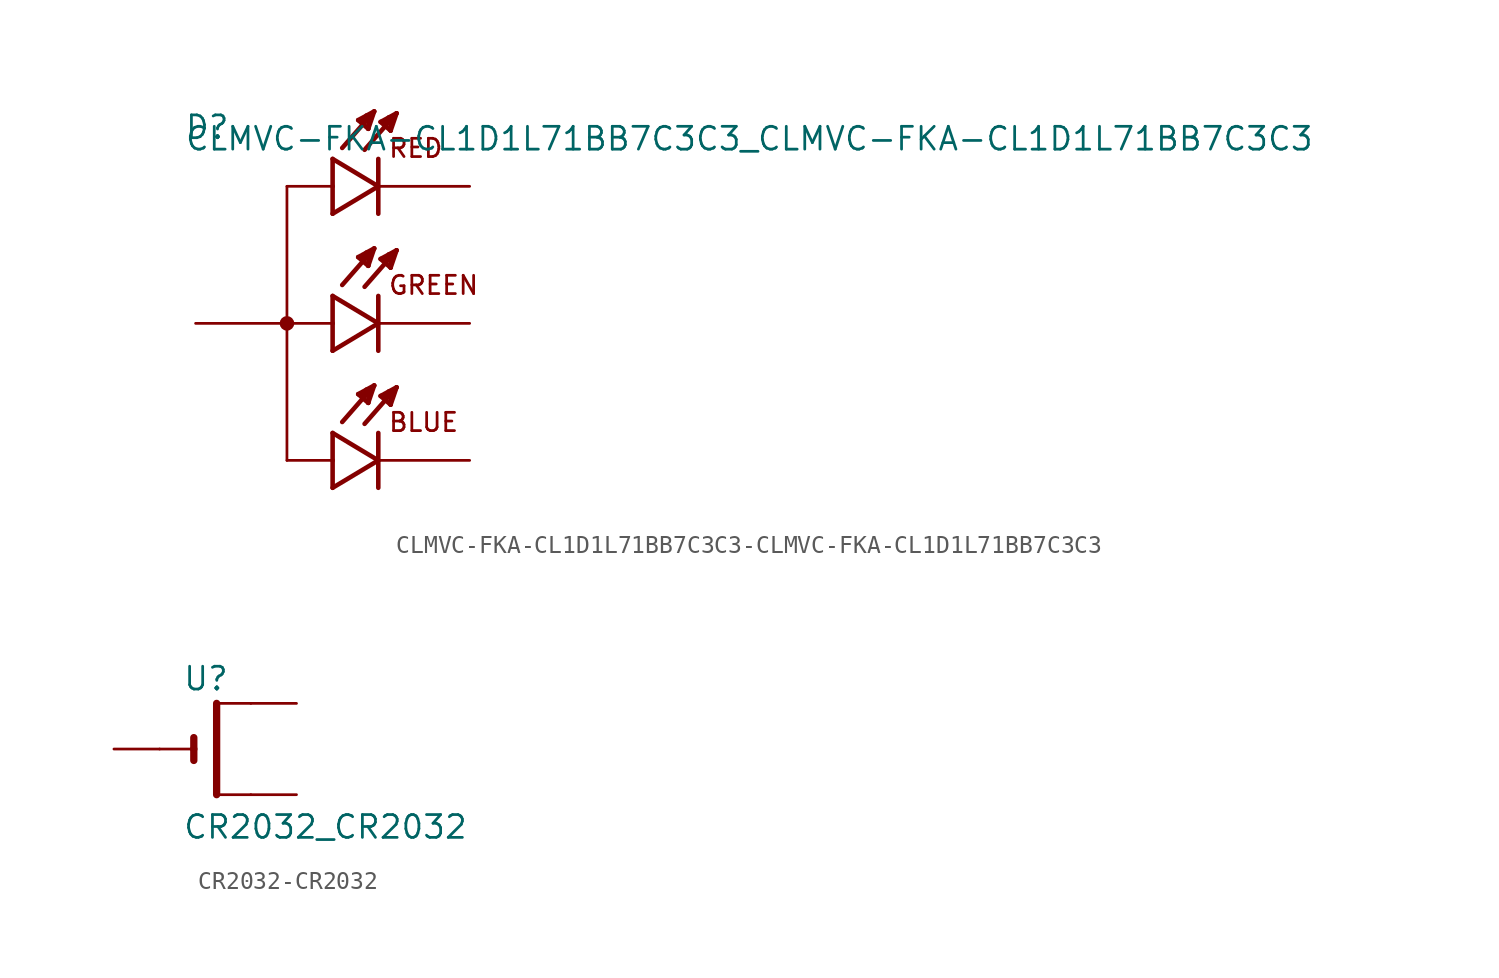
<source format=kicad_sym>
(kicad_symbol_lib
  (version 20220914)
  (generator kicad_symbol_editor)
  (symbol "CLMVC-FKA-CL1D1L71BB7C3C3-CLMVC-FKA-CL1D1L71BB7C3C3"
    (pin_numbers hide)
    (pin_names
      (offset 1.016) hide)
    (property "Reference" "D"
      (at -8.255 10.16 0)
      (effects (font (size 1.27 1.27)) (justify left bottom)))
    (property "Value" "CLMVC-FKA-CL1D1L71BB7C3C3_CLMVC-FKA-CL1D1L71BB7C3C3"
      (at -8.255 9.525 0)
      (effects (font (size 1.27 1.27)) (justify left bottom)))
    (property "ki_locked" ""
      (at 0 0 0)
      (effects (font (size 1.27 1.27))))
    (symbol "CLMVC-FKA-CL1D1L71BB7C3C3-CLMVC-FKA-CL1D1L71BB7C3C3_0_0"
      (circle (center -2.54 0) (radius 0.203) (stroke (width 0.406) (type solid)) (fill (type none)))
      (polyline (pts (xy -2.54 -7.62) (xy 0 -7.62)) (stroke (width 0.152) (type solid)) (fill (type none)))
      (polyline (pts (xy -2.54 0) (xy -2.54 -7.62)) (stroke (width 0.152) (type solid)) (fill (type none)))
      (polyline (pts (xy -2.54 7.62) (xy -2.54 0)) (stroke (width 0.152) (type solid)) (fill (type none)))
      (polyline (pts (xy 0 -9.144) (xy 2.54 -7.62)) (stroke (width 0.254) (type solid)) (fill (type none)))
      (polyline (pts (xy 0 -7.62) (xy 0 -9.144)) (stroke (width 0.254) (type solid)) (fill (type none)))
      (polyline (pts (xy 0 -6.096) (xy 0 -7.62)) (stroke (width 0.254) (type solid)) (fill (type none)))
      (polyline (pts (xy 0 -1.524) (xy 2.54 0)) (stroke (width 0.254) (type solid)) (fill (type none)))
      (polyline (pts (xy 0 0) (xy -2.54 0)) (stroke (width 0.152) (type solid)) (fill (type none)))
      (polyline (pts (xy 0 0) (xy 0 -1.524)) (stroke (width 0.254) (type solid)) (fill (type none)))
      (polyline (pts (xy 0 1.524) (xy 0 0)) (stroke (width 0.254) (type solid)) (fill (type none)))
      (polyline (pts (xy 0 6.096) (xy 2.54 7.62)) (stroke (width 0.254) (type solid)) (fill (type none)))
      (polyline (pts (xy 0 7.62) (xy -2.54 7.62)) (stroke (width 0.152) (type solid)) (fill (type none)))
      (polyline (pts (xy 0 7.62) (xy 0 6.096)) (stroke (width 0.254) (type solid)) (fill (type none)))
      (polyline (pts (xy 0 9.144) (xy 0 7.62)) (stroke (width 0.254) (type solid)) (fill (type none)))
      (polyline (pts (xy 1.422 -3.937) (xy 2.311 -3.454)) (stroke (width 0.254) (type solid)) (fill (type none)))
      (polyline (pts (xy 1.422 3.683) (xy 2.311 4.166)) (stroke (width 0.254) (type solid)) (fill (type none)))
      (polyline (pts (xy 1.422 11.303) (xy 2.311 11.786)) (stroke (width 0.254) (type solid)) (fill (type none)))
      (polyline (pts (xy 1.6 -4.013) (xy 1.829 -3.861)) (stroke (width 0.254) (type solid)) (fill (type none)))
      (polyline (pts (xy 1.6 3.607) (xy 1.829 3.759)) (stroke (width 0.254) (type solid)) (fill (type none)))
      (polyline (pts (xy 1.6 11.227) (xy 1.829 11.379)) (stroke (width 0.254) (type solid)) (fill (type none)))
      (polyline (pts (xy 1.981 -4.42) (xy 1.422 -3.937)) (stroke (width 0.254) (type solid)) (fill (type none)))
      (polyline (pts (xy 1.981 -4.42) (xy 2.007 -3.683)) (stroke (width 0.254) (type solid)) (fill (type none)))
      (polyline (pts (xy 1.981 3.2) (xy 1.422 3.683)) (stroke (width 0.254) (type solid)) (fill (type none)))
      (polyline (pts (xy 1.981 3.2) (xy 2.007 3.937)) (stroke (width 0.254) (type solid)) (fill (type none)))
      (polyline (pts (xy 1.981 10.82) (xy 1.422 11.303)) (stroke (width 0.254) (type solid)) (fill (type none)))
      (polyline (pts (xy 1.981 10.82) (xy 2.007 11.557)) (stroke (width 0.254) (type solid)) (fill (type none)))
      (polyline (pts (xy 2.007 -3.683) (xy 1.88 -3.683)) (stroke (width 0.254) (type solid)) (fill (type none)))
      (polyline (pts (xy 2.007 3.937) (xy 1.88 3.937)) (stroke (width 0.254) (type solid)) (fill (type none)))
      (polyline (pts (xy 2.007 11.557) (xy 1.88 11.557)) (stroke (width 0.254) (type solid)) (fill (type none)))
      (polyline (pts (xy 2.311 -3.454) (xy 0.533 -5.486)) (stroke (width 0.254) (type solid)) (fill (type none)))
      (polyline (pts (xy 2.311 -3.454) (xy 1.981 -4.42)) (stroke (width 0.254) (type solid)) (fill (type none)))
      (polyline (pts (xy 2.311 4.166) (xy 0.533 2.134)) (stroke (width 0.254) (type solid)) (fill (type none)))
      (polyline (pts (xy 2.311 4.166) (xy 1.981 3.2)) (stroke (width 0.254) (type solid)) (fill (type none)))
      (polyline (pts (xy 2.311 11.786) (xy 0.533 9.754)) (stroke (width 0.254) (type solid)) (fill (type none)))
      (polyline (pts (xy 2.311 11.786) (xy 1.981 10.82)) (stroke (width 0.254) (type solid)) (fill (type none)))
      (polyline (pts (xy 2.54 -7.62) (xy 0 -6.096)) (stroke (width 0.254) (type solid)) (fill (type none)))
      (polyline (pts (xy 2.54 -6.096) (xy 2.54 -9.144)) (stroke (width 0.254) (type solid)) (fill (type none)))
      (polyline (pts (xy 2.54 0) (xy 0 1.524)) (stroke (width 0.254) (type solid)) (fill (type none)))
      (polyline (pts (xy 2.54 1.524) (xy 2.54 -1.524)) (stroke (width 0.254) (type solid)) (fill (type none)))
      (polyline (pts (xy 2.54 7.62) (xy 0 9.144)) (stroke (width 0.254) (type solid)) (fill (type none)))
      (polyline (pts (xy 2.54 9.144) (xy 2.54 6.096)) (stroke (width 0.254) (type solid)) (fill (type none)))
      (polyline (pts (xy 2.667 -4.039) (xy 3.556 -3.556)) (stroke (width 0.254) (type solid)) (fill (type none)))
      (polyline (pts (xy 2.667 3.581) (xy 3.556 4.064)) (stroke (width 0.254) (type solid)) (fill (type none)))
      (polyline (pts (xy 2.667 11.201) (xy 3.556 11.684)) (stroke (width 0.254) (type solid)) (fill (type none)))
      (polyline (pts (xy 2.845 -4.115) (xy 3.073 -3.962)) (stroke (width 0.254) (type solid)) (fill (type none)))
      (polyline (pts (xy 2.845 3.505) (xy 3.073 3.658)) (stroke (width 0.254) (type solid)) (fill (type none)))
      (polyline (pts (xy 2.845 11.125) (xy 3.073 11.278)) (stroke (width 0.254) (type solid)) (fill (type none)))
      (polyline (pts (xy 3.226 -4.521) (xy 2.667 -4.039)) (stroke (width 0.254) (type solid)) (fill (type none)))
      (polyline (pts (xy 3.226 -4.521) (xy 3.251 -3.785)) (stroke (width 0.254) (type solid)) (fill (type none)))
      (polyline (pts (xy 3.226 3.099) (xy 2.667 3.581)) (stroke (width 0.254) (type solid)) (fill (type none)))
      (polyline (pts (xy 3.226 3.099) (xy 3.251 3.835)) (stroke (width 0.254) (type solid)) (fill (type none)))
      (polyline (pts (xy 3.226 10.719) (xy 2.667 11.201)) (stroke (width 0.254) (type solid)) (fill (type none)))
      (polyline (pts (xy 3.226 10.719) (xy 3.251 11.455)) (stroke (width 0.254) (type solid)) (fill (type none)))
      (polyline (pts (xy 3.251 -3.785) (xy 3.124 -3.785)) (stroke (width 0.254) (type solid)) (fill (type none)))
      (polyline (pts (xy 3.251 3.835) (xy 3.124 3.835)) (stroke (width 0.254) (type solid)) (fill (type none)))
      (polyline (pts (xy 3.251 11.455) (xy 3.124 11.455)) (stroke (width 0.254) (type solid)) (fill (type none)))
      (polyline (pts (xy 3.556 -3.556) (xy 1.778 -5.588)) (stroke (width 0.254) (type solid)) (fill (type none)))
      (polyline (pts (xy 3.556 -3.556) (xy 3.226 -4.521)) (stroke (width 0.254) (type solid)) (fill (type none)))
      (polyline (pts (xy 3.556 4.064) (xy 1.778 2.032)) (stroke (width 0.254) (type solid)) (fill (type none)))
      (polyline (pts (xy 3.556 4.064) (xy 3.226 3.099)) (stroke (width 0.254) (type solid)) (fill (type none)))
      (polyline (pts (xy 3.556 11.684) (xy 1.778 9.652)) (stroke (width 0.254) (type solid)) (fill (type none)))
      (polyline (pts (xy 3.556 11.684) (xy 3.226 10.719)) (stroke (width 0.254) (type solid)) (fill (type none)))
      (text "BLUE" (at 3.048 -6.096 0) (effects (font (size 1.016 1.016)) (justify left bottom)))
      (text "GREEN" (at 3.048 1.524 0) (effects (font (size 1.016 1.016)) (justify left bottom)))
      (text "RED" (at 3.048 9.144 0) (effects (font (size 1.016 1.016)) (justify left bottom)))
      (pin passive line (at -7.62 0 0) (length 5.08) (name "~" (effects (font (size 1.016 1.016)))) (number "1" (effects (font (size 1.016 1.016)))))
      (pin passive line (at 7.62 -7.62 180) (length 5.08) (name "~" (effects (font (size 1.016 1.016)))) (number "2" (effects (font (size 1.016 1.016)))))
      (pin passive line (at 7.62 0 180) (length 5.08) (name "~" (effects (font (size 1.016 1.016)))) (number "3" (effects (font (size 1.016 1.016)))))
      (pin passive line (at 7.62 7.62 180) (length 5.08) (name "~" (effects (font (size 1.016 1.016)))) (number "4" (effects (font (size 1.016 1.016)))))))
  (symbol "CR2032-CR2032"
    (pin_numbers hide)
    (pin_names
      (offset 1.016) hide)
    (property "Reference" "U"
      (at -1.27 3.175 0)
      (effects (font (size 1.27 1.27)) (justify left bottom)))
    (property "Value" "CR2032_CR2032"
      (at -1.27 -5.08 0)
      (effects (font (size 1.27 1.27)) (justify left bottom)))
    (property "ki_locked" ""
      (at 0 0 0)
      (effects (font (size 1.27 1.27))))
    (symbol "CR2032-CR2032_0_0"
      (polyline (pts (xy -2.54 0) (xy -0.635 0)) (stroke (width 0.152) (type solid)) (fill (type none)))
      (polyline (pts (xy -0.635 0) (xy -0.635 -0.635)) (stroke (width 0.406) (type solid)) (fill (type none)))
      (polyline (pts (xy -0.635 0.635) (xy -0.635 0)) (stroke (width 0.406) (type solid)) (fill (type none)))
      (polyline (pts (xy 0.635 -2.54) (xy 2.54 -2.54)) (stroke (width 0.152) (type solid)) (fill (type none)))
      (polyline (pts (xy 0.635 2.54) (xy 0.635 -2.54)) (stroke (width 0.406) (type solid)) (fill (type none)))
      (polyline (pts (xy 0.635 2.54) (xy 2.54 2.54)) (stroke (width 0.152) (type solid)) (fill (type none)))
      (pin passive line (at 5.08 2.54 180) (length 2.54) (name "~" (effects (font (size 1.016 1.016)))) (number "+$1" (effects (font (size 1.016 1.016)))))
      (pin passive line (at 5.08 -2.54 180) (length 2.54) (name "~" (effects (font (size 1.016 1.016)))) (number "+$2" (effects (font (size 1.016 1.016)))))
      (pin passive line (at -5.08 0 0) (length 2.54) (name "~" (effects (font (size 1.016 1.016)))) (number "-" (effects (font (size 1.016 1.016))))))))
</source>
